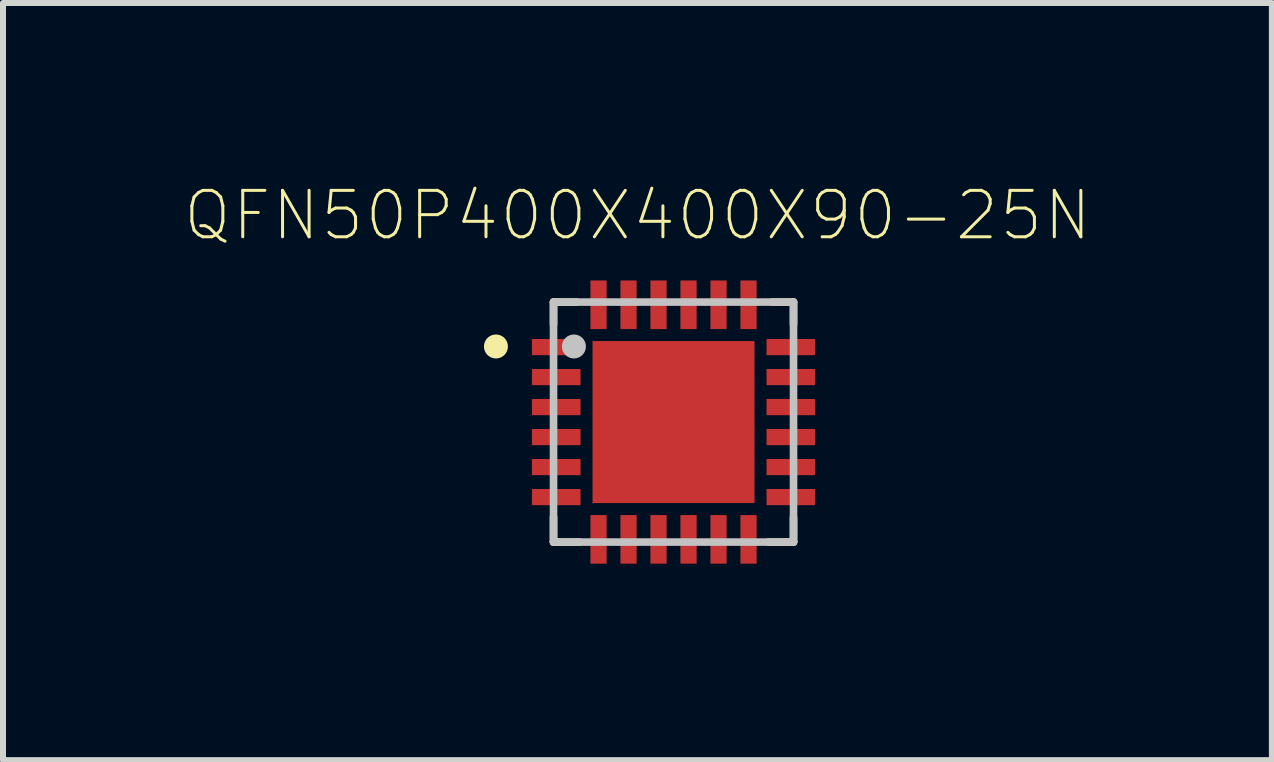
<source format=kicad_pcb>
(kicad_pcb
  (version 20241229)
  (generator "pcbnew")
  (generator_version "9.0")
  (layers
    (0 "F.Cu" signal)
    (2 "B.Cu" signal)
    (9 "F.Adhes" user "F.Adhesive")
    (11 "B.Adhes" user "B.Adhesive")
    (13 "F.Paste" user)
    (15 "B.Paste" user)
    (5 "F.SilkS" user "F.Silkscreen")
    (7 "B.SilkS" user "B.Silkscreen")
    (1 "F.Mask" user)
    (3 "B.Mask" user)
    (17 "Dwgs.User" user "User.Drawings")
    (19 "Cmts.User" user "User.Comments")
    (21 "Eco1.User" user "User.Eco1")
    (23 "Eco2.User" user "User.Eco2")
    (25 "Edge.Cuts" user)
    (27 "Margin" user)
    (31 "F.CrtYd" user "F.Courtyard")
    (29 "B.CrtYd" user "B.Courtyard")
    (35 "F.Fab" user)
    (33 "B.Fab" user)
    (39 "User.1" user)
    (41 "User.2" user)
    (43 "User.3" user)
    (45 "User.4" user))
  (footprint "QFN50P400X400X90-25N"
    (layer "F.Cu")
    (at 8.176 3.985)
    (property "Reference" "QFN50P400X400X90-25N" (at -0.601 -3.444 0) (layer "F.SilkS") (effects (font (size 0.774 0.774) (thickness 0.05))))
    (attr smd)
    (fp_line (start -2 -2) (end -2 -1.63) (stroke (width 0.127) (type solid)) (layer "F.SilkS"))
    (fp_line (start -2 1.58) (end -2 2) (stroke (width 0.127) (type solid)) (layer "F.SilkS"))
    (fp_line (start -2 2) (end -1.57 2) (stroke (width 0.127) (type solid)) (layer "F.SilkS"))
    (fp_line (start -1.61 -2) (end -2 -2) (stroke (width 0.127) (type solid)) (layer "F.SilkS"))
    (fp_line (start 1.64 -2) (end 2 -2) (stroke (width 0.127) (type solid)) (layer "F.SilkS"))
    (fp_line (start 2 -2) (end 2 -1.63) (stroke (width 0.127) (type solid)) (layer "F.SilkS"))
    (fp_line (start 2 1.59) (end 2 2) (stroke (width 0.127) (type solid)) (layer "F.SilkS"))
    (fp_line (start 2 2) (end 1.58 2) (stroke (width 0.127) (type solid)) (layer "F.SilkS"))
    (fp_circle (center -2.96 -1.26) (end -2.86 -1.26) (stroke (width 0.2) (type solid)) (fill no) (layer "F.SilkS"))
    (fp_poly (pts (xy -0.857 -0.855) (xy 0.855 -0.855) (xy 0.855 0.857) (xy -0.857 0.857)) (stroke (width 0) (type solid)) (fill yes) (layer "F.Paste"))
    (fp_line (start -2 -2) (end -2 2) (stroke (width 0.127) (type solid)) (layer "Dwgs.User"))
    (fp_line (start -2 2) (end 2 2) (stroke (width 0.127) (type solid)) (layer "Dwgs.User"))
    (fp_line (start 2 -2) (end -2 -2) (stroke (width 0.127) (type solid)) (layer "Dwgs.User"))
    (fp_line (start 2 2) (end 2 -2) (stroke (width 0.127) (type solid)) (layer "Dwgs.User"))
    (fp_circle (center -1.66 -1.26) (end -1.56 -1.26) (stroke (width 0.2) (type solid)) (fill no) (layer "Dwgs.User"))
    (fp_line (start -2.61 -2.61) (end -2.61 2.61) (stroke (width 0.05) (type solid)) (layer "Eco1.User"))
    (fp_line (start -2.61 2.61) (end 2.61 2.61) (stroke (width 0.05) (type solid)) (layer "Eco1.User"))
    (fp_line (start 2.61 -2.61) (end -2.61 -2.61) (stroke (width 0.05) (type solid)) (layer "Eco1.User"))
    (fp_line (start 2.61 2.61) (end 2.61 -2.61) (stroke (width 0.05) (type solid)) (layer "Eco1.User"))
    (pad "1" smd rect (at -1.955 -1.25) (size 0.81 0.27) (layers "F.Cu" "F.Mask" "F.Paste"))
    (pad "2" smd rect (at -1.955 -0.75) (size 0.81 0.27) (layers "F.Cu" "F.Mask" "F.Paste"))
    (pad "3" smd rect (at -1.955 -0.25) (size 0.81 0.27) (layers "F.Cu" "F.Mask" "F.Paste"))
    (pad "4" smd rect (at -1.955 0.25) (size 0.81 0.27) (layers "F.Cu" "F.Mask" "F.Paste"))
    (pad "5" smd rect (at -1.955 0.75) (size 0.81 0.27) (layers "F.Cu" "F.Mask" "F.Paste"))
    (pad "6" smd rect (at -1.955 1.25) (size 0.81 0.27) (layers "F.Cu" "F.Mask" "F.Paste"))
    (pad "7" smd rect (at -1.25 1.955 90) (size 0.81 0.27) (layers "F.Cu" "F.Mask" "F.Paste"))
    (pad "8" smd rect (at -0.75 1.955 90) (size 0.81 0.27) (layers "F.Cu" "F.Mask" "F.Paste"))
    (pad "9" smd rect (at -0.25 1.955 90) (size 0.81 0.27) (layers "F.Cu" "F.Mask" "F.Paste"))
    (pad "10" smd rect (at 0.25 1.955 90) (size 0.81 0.27) (layers "F.Cu" "F.Mask" "F.Paste"))
    (pad "11" smd rect (at 0.75 1.955 90) (size 0.81 0.27) (layers "F.Cu" "F.Mask" "F.Paste"))
    (pad "12" smd rect (at 1.25 1.955 90) (size 0.81 0.27) (layers "F.Cu" "F.Mask" "F.Paste"))
    (pad "13" smd rect (at 1.955 1.25 180) (size 0.81 0.27) (layers "F.Cu" "F.Mask" "F.Paste"))
    (pad "14" smd rect (at 1.955 0.75 180) (size 0.81 0.27) (layers "F.Cu" "F.Mask" "F.Paste"))
    (pad "15" smd rect (at 1.955 0.25 180) (size 0.81 0.27) (layers "F.Cu" "F.Mask" "F.Paste"))
    (pad "16" smd rect (at 1.955 -0.25 180) (size 0.81 0.27) (layers "F.Cu" "F.Mask" "F.Paste"))
    (pad "17" smd rect (at 1.955 -0.75 180) (size 0.81 0.27) (layers "F.Cu" "F.Mask" "F.Paste"))
    (pad "18" smd rect (at 1.955 -1.25 180) (size 0.81 0.27) (layers "F.Cu" "F.Mask" "F.Paste"))
    (pad "19" smd rect (at 1.25 -1.955 270) (size 0.81 0.27) (layers "F.Cu" "F.Mask" "F.Paste"))
    (pad "20" smd rect (at 0.75 -1.955 270) (size 0.81 0.27) (layers "F.Cu" "F.Mask" "F.Paste"))
    (pad "21" smd rect (at 0.25 -1.955 270) (size 0.81 0.27) (layers "F.Cu" "F.Mask" "F.Paste"))
    (pad "22" smd rect (at -0.25 -1.955 270) (size 0.81 0.27) (layers "F.Cu" "F.Mask" "F.Paste"))
    (pad "23" smd rect (at -0.75 -1.955 270) (size 0.81 0.27) (layers "F.Cu" "F.Mask" "F.Paste"))
    (pad "24" smd rect (at -1.25 -1.955 270) (size 0.81 0.27) (layers "F.Cu" "F.Mask" "F.Paste"))
    (pad "25" smd rect (at 0 0 270) (size 2.7 2.7) (layers "F.Cu" "F.Mask" "F.Paste")))
  (gr_rect
    (start -3 -3)
    (end 18.149 9.62)
    (stroke (width 0.1) (type default))
    (fill no)
    (layer "Edge.Cuts")))
</source>
